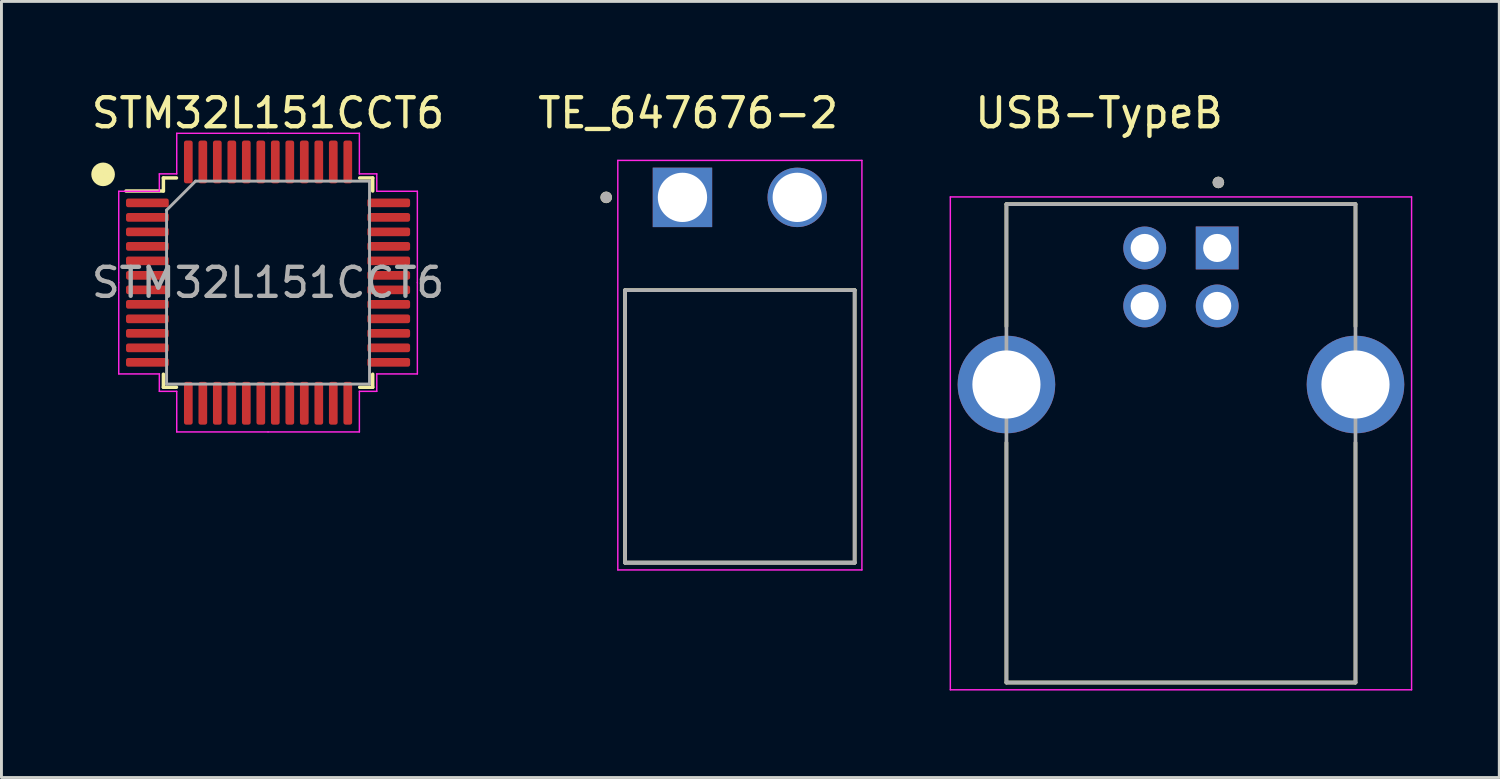
<source format=kicad_pcb>
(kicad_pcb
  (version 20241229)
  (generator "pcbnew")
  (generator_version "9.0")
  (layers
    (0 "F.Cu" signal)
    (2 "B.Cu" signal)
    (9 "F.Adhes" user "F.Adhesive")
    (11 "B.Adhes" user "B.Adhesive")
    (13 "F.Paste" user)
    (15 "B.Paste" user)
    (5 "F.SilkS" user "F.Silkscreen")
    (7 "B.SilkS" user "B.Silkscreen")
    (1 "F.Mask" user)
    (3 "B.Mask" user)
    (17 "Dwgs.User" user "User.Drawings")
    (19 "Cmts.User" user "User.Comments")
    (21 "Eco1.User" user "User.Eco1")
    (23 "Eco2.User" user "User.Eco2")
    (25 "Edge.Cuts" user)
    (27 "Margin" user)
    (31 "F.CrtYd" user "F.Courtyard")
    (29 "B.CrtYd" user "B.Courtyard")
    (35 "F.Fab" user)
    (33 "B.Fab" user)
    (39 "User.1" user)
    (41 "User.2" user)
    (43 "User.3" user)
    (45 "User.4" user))
  (footprint "TE_647676-2"
    (layer "F.Cu")
    (at 20.49 3.758)
    (property "Reference" "TE_647676-2" (at 0.195 -2.91 0) (layer "F.SilkS") (effects (font (size 1 1) (thickness 0.15))))
    (attr through_hole)
    (fp_line (start -1.98 12.6) (end -1.98 3.2) (stroke (width 0.127) (type solid)) (layer "F.SilkS"))
    (fp_line (start 5.94 3.2) (end -1.98 3.2) (stroke (width 0.127) (type solid)) (layer "F.SilkS"))
    (fp_line (start 5.94 3.2) (end 5.94 12.6) (stroke (width 0.127) (type solid)) (layer "F.SilkS"))
    (fp_line (start 5.94 12.6) (end -1.98 12.6) (stroke (width 0.127) (type solid)) (layer "F.SilkS"))
    (fp_circle (center -2.63 0) (end -2.53 0) (stroke (width 0.2) (type solid)) (fill no) (layer "F.SilkS"))
    (fp_line (start -2.23 -1.275) (end 6.19 -1.275) (stroke (width 0.05) (type solid)) (layer "F.CrtYd"))
    (fp_line (start -2.23 12.85) (end -2.23 -1.275) (stroke (width 0.05) (type solid)) (layer "F.CrtYd"))
    (fp_line (start 6.19 -1.275) (end 6.19 12.85) (stroke (width 0.05) (type solid)) (layer "F.CrtYd"))
    (fp_line (start 6.19 12.85) (end -2.23 12.85) (stroke (width 0.05) (type solid)) (layer "F.CrtYd"))
    (fp_line (start -1.98 3.2) (end 5.94 3.2) (stroke (width 0.127) (type solid)) (layer "F.Fab"))
    (fp_line (start -1.98 12.6) (end -1.98 3.2) (stroke (width 0.127) (type solid)) (layer "F.Fab"))
    (fp_line (start -1.98 12.6) (end -1.98 12.6) (stroke (width 0.127) (type solid)) (layer "F.Fab"))
    (fp_line (start -1.98 12.6) (end 5.94 12.6) (stroke (width 0.127) (type solid)) (layer "F.Fab"))
    (fp_line (start 5.94 3.2) (end 5.94 12.6) (stroke (width 0.127) (type solid)) (layer "F.Fab"))
    (fp_line (start 5.94 12.6) (end -1.98 12.6) (stroke (width 0.127) (type solid)) (layer "F.Fab"))
    (fp_line (start 5.94 12.6) (end 5.94 12.6) (stroke (width 0.127) (type solid)) (layer "F.Fab"))
    (fp_circle (center -2.63 0) (end -2.53 0) (stroke (width 0.2) (type solid)) (fill no) (layer "F.Fab"))
    (pad "1" thru_hole rect (at 0 0) (size 2.05 2.05) (drill 1.7) (layers "*.Cu" "*.Mask"))
    (pad "2" thru_hole circle (at 3.96 0) (size 2.05 2.05) (drill 1.7) (layers "*.Cu" "*.Mask")))
  (footprint "STM32L151CCT6"
    (layer "F.Cu")
    (at 6.196 6.698)
    (property "Reference" "STM32L151CCT6" (at 0 -5.85 0) (layer "F.SilkS") (effects (font (size 1 1) (thickness 0.15))))
    (attr smd)
    (fp_line (start -3.61 -3.61) (end -3.61 -3.16) (stroke (width 0.12) (type solid)) (layer "F.SilkS"))
    (fp_line (start -3.61 -3.16) (end -4.9 -3.16) (stroke (width 0.12) (type solid)) (layer "F.SilkS"))
    (fp_line (start -3.61 3.61) (end -3.61 3.16) (stroke (width 0.12) (type solid)) (layer "F.SilkS"))
    (fp_line (start -3.16 -3.61) (end -3.61 -3.61) (stroke (width 0.12) (type solid)) (layer "F.SilkS"))
    (fp_line (start -3.16 3.61) (end -3.61 3.61) (stroke (width 0.12) (type solid)) (layer "F.SilkS"))
    (fp_line (start 3.16 -3.61) (end 3.61 -3.61) (stroke (width 0.12) (type solid)) (layer "F.SilkS"))
    (fp_line (start 3.16 3.61) (end 3.61 3.61) (stroke (width 0.12) (type solid)) (layer "F.SilkS"))
    (fp_line (start 3.61 -3.61) (end 3.61 -3.16) (stroke (width 0.12) (type solid)) (layer "F.SilkS"))
    (fp_line (start 3.61 3.61) (end 3.61 3.16) (stroke (width 0.12) (type solid)) (layer "F.SilkS"))
    (fp_circle (center -5.69 -3.734) (end -5.486 -3.734) (stroke (width 0.406) (type solid)) (fill no) (layer "F.SilkS"))
    (fp_line (start -5.15 -3.15) (end -5.15 0) (stroke (width 0.05) (type solid)) (layer "F.CrtYd"))
    (fp_line (start -5.15 3.15) (end -5.15 0) (stroke (width 0.05) (type solid)) (layer "F.CrtYd"))
    (fp_line (start -3.75 -3.75) (end -3.75 -3.15) (stroke (width 0.05) (type solid)) (layer "F.CrtYd"))
    (fp_line (start -3.75 -3.15) (end -5.15 -3.15) (stroke (width 0.05) (type solid)) (layer "F.CrtYd"))
    (fp_line (start -3.75 3.15) (end -5.15 3.15) (stroke (width 0.05) (type solid)) (layer "F.CrtYd"))
    (fp_line (start -3.75 3.75) (end -3.75 3.15) (stroke (width 0.05) (type solid)) (layer "F.CrtYd"))
    (fp_line (start -3.15 -5.15) (end -3.15 -3.75) (stroke (width 0.05) (type solid)) (layer "F.CrtYd"))
    (fp_line (start -3.15 -3.75) (end -3.75 -3.75) (stroke (width 0.05) (type solid)) (layer "F.CrtYd"))
    (fp_line (start -3.15 3.75) (end -3.75 3.75) (stroke (width 0.05) (type solid)) (layer "F.CrtYd"))
    (fp_line (start -3.15 5.15) (end -3.15 3.75) (stroke (width 0.05) (type solid)) (layer "F.CrtYd"))
    (fp_line (start 0 -5.15) (end -3.15 -5.15) (stroke (width 0.05) (type solid)) (layer "F.CrtYd"))
    (fp_line (start 0 -5.15) (end 3.15 -5.15) (stroke (width 0.05) (type solid)) (layer "F.CrtYd"))
    (fp_line (start 0 5.15) (end -3.15 5.15) (stroke (width 0.05) (type solid)) (layer "F.CrtYd"))
    (fp_line (start 0 5.15) (end 3.15 5.15) (stroke (width 0.05) (type solid)) (layer "F.CrtYd"))
    (fp_line (start 3.15 -5.15) (end 3.15 -3.75) (stroke (width 0.05) (type solid)) (layer "F.CrtYd"))
    (fp_line (start 3.15 -3.75) (end 3.75 -3.75) (stroke (width 0.05) (type solid)) (layer "F.CrtYd"))
    (fp_line (start 3.15 3.75) (end 3.75 3.75) (stroke (width 0.05) (type solid)) (layer "F.CrtYd"))
    (fp_line (start 3.15 5.15) (end 3.15 3.75) (stroke (width 0.05) (type solid)) (layer "F.CrtYd"))
    (fp_line (start 3.75 -3.75) (end 3.75 -3.15) (stroke (width 0.05) (type solid)) (layer "F.CrtYd"))
    (fp_line (start 3.75 -3.15) (end 5.15 -3.15) (stroke (width 0.05) (type solid)) (layer "F.CrtYd"))
    (fp_line (start 3.75 3.15) (end 5.15 3.15) (stroke (width 0.05) (type solid)) (layer "F.CrtYd"))
    (fp_line (start 3.75 3.75) (end 3.75 3.15) (stroke (width 0.05) (type solid)) (layer "F.CrtYd"))
    (fp_line (start 5.15 -3.15) (end 5.15 0) (stroke (width 0.05) (type solid)) (layer "F.CrtYd"))
    (fp_line (start 5.15 3.15) (end 5.15 0) (stroke (width 0.05) (type solid)) (layer "F.CrtYd"))
    (fp_line (start -3.5 -2.5) (end -2.5 -3.5) (stroke (width 0.1) (type solid)) (layer "F.Fab"))
    (fp_line (start -3.5 3.5) (end -3.5 -2.5) (stroke (width 0.1) (type solid)) (layer "F.Fab"))
    (fp_line (start -2.5 -3.5) (end 3.5 -3.5) (stroke (width 0.1) (type solid)) (layer "F.Fab"))
    (fp_line (start 3.5 -3.5) (end 3.5 3.5) (stroke (width 0.1) (type solid)) (layer "F.Fab"))
    (fp_line (start 3.5 3.5) (end -3.5 3.5) (stroke (width 0.1) (type solid)) (layer "F.Fab"))
    (fp_text user "${REFERENCE}" (at 0 0 0) (layer "F.Fab") (effects (font (size 1 1) (thickness 0.15))))
    (pad "1" smd roundrect (at -4.162 -2.75) (size 1.475 0.3) (layers "F.Cu" "F.Mask" "F.Paste") (roundrect_rratio 0.25))
    (pad "2" smd roundrect (at -4.162 -2.25) (size 1.475 0.3) (layers "F.Cu" "F.Mask" "F.Paste") (roundrect_rratio 0.25))
    (pad "3" smd roundrect (at -4.162 -1.75) (size 1.475 0.3) (layers "F.Cu" "F.Mask" "F.Paste") (roundrect_rratio 0.25))
    (pad "4" smd roundrect (at -4.162 -1.25) (size 1.475 0.3) (layers "F.Cu" "F.Mask" "F.Paste") (roundrect_rratio 0.25))
    (pad "5" smd roundrect (at -4.162 -0.75) (size 1.475 0.3) (layers "F.Cu" "F.Mask" "F.Paste") (roundrect_rratio 0.25))
    (pad "6" smd roundrect (at -4.162 -0.25) (size 1.475 0.3) (layers "F.Cu" "F.Mask" "F.Paste") (roundrect_rratio 0.25))
    (pad "7" smd roundrect (at -4.162 0.25) (size 1.475 0.3) (layers "F.Cu" "F.Mask" "F.Paste") (roundrect_rratio 0.25))
    (pad "8" smd roundrect (at -4.162 0.75) (size 1.475 0.3) (layers "F.Cu" "F.Mask" "F.Paste") (roundrect_rratio 0.25))
    (pad "9" smd roundrect (at -4.162 1.25) (size 1.475 0.3) (layers "F.Cu" "F.Mask" "F.Paste") (roundrect_rratio 0.25))
    (pad "10" smd roundrect (at -4.162 1.75) (size 1.475 0.3) (layers "F.Cu" "F.Mask" "F.Paste") (roundrect_rratio 0.25))
    (pad "11" smd roundrect (at -4.162 2.25) (size 1.475 0.3) (layers "F.Cu" "F.Mask" "F.Paste") (roundrect_rratio 0.25))
    (pad "12" smd roundrect (at -4.162 2.75) (size 1.475 0.3) (layers "F.Cu" "F.Mask" "F.Paste") (roundrect_rratio 0.25))
    (pad "13" smd roundrect (at -2.75 4.162) (size 0.3 1.475) (layers "F.Cu" "F.Mask" "F.Paste") (roundrect_rratio 0.25))
    (pad "14" smd roundrect (at -2.25 4.162) (size 0.3 1.475) (layers "F.Cu" "F.Mask" "F.Paste") (roundrect_rratio 0.25))
    (pad "15" smd roundrect (at -1.75 4.162) (size 0.3 1.475) (layers "F.Cu" "F.Mask" "F.Paste") (roundrect_rratio 0.25))
    (pad "16" smd roundrect (at -1.25 4.162) (size 0.3 1.475) (layers "F.Cu" "F.Mask" "F.Paste") (roundrect_rratio 0.25))
    (pad "17" smd roundrect (at -0.75 4.162) (size 0.3 1.475) (layers "F.Cu" "F.Mask" "F.Paste") (roundrect_rratio 0.25))
    (pad "18" smd roundrect (at -0.25 4.162) (size 0.3 1.475) (layers "F.Cu" "F.Mask" "F.Paste") (roundrect_rratio 0.25))
    (pad "19" smd roundrect (at 0.25 4.162) (size 0.3 1.475) (layers "F.Cu" "F.Mask" "F.Paste") (roundrect_rratio 0.25))
    (pad "20" smd roundrect (at 0.75 4.162) (size 0.3 1.475) (layers "F.Cu" "F.Mask" "F.Paste") (roundrect_rratio 0.25))
    (pad "21" smd roundrect (at 1.25 4.162) (size 0.3 1.475) (layers "F.Cu" "F.Mask" "F.Paste") (roundrect_rratio 0.25))
    (pad "22" smd roundrect (at 1.75 4.162) (size 0.3 1.475) (layers "F.Cu" "F.Mask" "F.Paste") (roundrect_rratio 0.25))
    (pad "23" smd roundrect (at 2.25 4.162) (size 0.3 1.475) (layers "F.Cu" "F.Mask" "F.Paste") (roundrect_rratio 0.25))
    (pad "24" smd roundrect (at 2.75 4.162) (size 0.3 1.475) (layers "F.Cu" "F.Mask" "F.Paste") (roundrect_rratio 0.25))
    (pad "25" smd roundrect (at 4.162 2.75) (size 1.475 0.3) (layers "F.Cu" "F.Mask" "F.Paste") (roundrect_rratio 0.25))
    (pad "26" smd roundrect (at 4.162 2.25) (size 1.475 0.3) (layers "F.Cu" "F.Mask" "F.Paste") (roundrect_rratio 0.25))
    (pad "27" smd roundrect (at 4.162 1.75) (size 1.475 0.3) (layers "F.Cu" "F.Mask" "F.Paste") (roundrect_rratio 0.25))
    (pad "28" smd roundrect (at 4.162 1.25) (size 1.475 0.3) (layers "F.Cu" "F.Mask" "F.Paste") (roundrect_rratio 0.25))
    (pad "29" smd roundrect (at 4.162 0.75) (size 1.475 0.3) (layers "F.Cu" "F.Mask" "F.Paste") (roundrect_rratio 0.25))
    (pad "30" smd roundrect (at 4.162 0.25) (size 1.475 0.3) (layers "F.Cu" "F.Mask" "F.Paste") (roundrect_rratio 0.25))
    (pad "31" smd roundrect (at 4.162 -0.25) (size 1.475 0.3) (layers "F.Cu" "F.Mask" "F.Paste") (roundrect_rratio 0.25))
    (pad "32" smd roundrect (at 4.162 -0.75) (size 1.475 0.3) (layers "F.Cu" "F.Mask" "F.Paste") (roundrect_rratio 0.25))
    (pad "33" smd roundrect (at 4.162 -1.25) (size 1.475 0.3) (layers "F.Cu" "F.Mask" "F.Paste") (roundrect_rratio 0.25))
    (pad "34" smd roundrect (at 4.162 -1.75) (size 1.475 0.3) (layers "F.Cu" "F.Mask" "F.Paste") (roundrect_rratio 0.25))
    (pad "35" smd roundrect (at 4.162 -2.25) (size 1.475 0.3) (layers "F.Cu" "F.Mask" "F.Paste") (roundrect_rratio 0.25))
    (pad "36" smd roundrect (at 4.162 -2.75) (size 1.475 0.3) (layers "F.Cu" "F.Mask" "F.Paste") (roundrect_rratio 0.25))
    (pad "37" smd roundrect (at 2.75 -4.162) (size 0.3 1.475) (layers "F.Cu" "F.Mask" "F.Paste") (roundrect_rratio 0.25))
    (pad "38" smd roundrect (at 2.25 -4.162) (size 0.3 1.475) (layers "F.Cu" "F.Mask" "F.Paste") (roundrect_rratio 0.25))
    (pad "39" smd roundrect (at 1.75 -4.162) (size 0.3 1.475) (layers "F.Cu" "F.Mask" "F.Paste") (roundrect_rratio 0.25))
    (pad "40" smd roundrect (at 1.25 -4.162) (size 0.3 1.475) (layers "F.Cu" "F.Mask" "F.Paste") (roundrect_rratio 0.25))
    (pad "41" smd roundrect (at 0.75 -4.162) (size 0.3 1.475) (layers "F.Cu" "F.Mask" "F.Paste") (roundrect_rratio 0.25))
    (pad "42" smd roundrect (at 0.25 -4.162) (size 0.3 1.475) (layers "F.Cu" "F.Mask" "F.Paste") (roundrect_rratio 0.25))
    (pad "43" smd roundrect (at -0.25 -4.162) (size 0.3 1.475) (layers "F.Cu" "F.Mask" "F.Paste") (roundrect_rratio 0.25))
    (pad "44" smd roundrect (at -0.75 -4.162) (size 0.3 1.475) (layers "F.Cu" "F.Mask" "F.Paste") (roundrect_rratio 0.25))
    (pad "45" smd roundrect (at -1.25 -4.162) (size 0.3 1.475) (layers "F.Cu" "F.Mask" "F.Paste") (roundrect_rratio 0.25))
    (pad "46" smd roundrect (at -1.75 -4.162) (size 0.3 1.475) (layers "F.Cu" "F.Mask" "F.Paste") (roundrect_rratio 0.25))
    (pad "47" smd roundrect (at -2.25 -4.162) (size 0.3 1.475) (layers "F.Cu" "F.Mask" "F.Paste") (roundrect_rratio 0.25))
    (pad "48" smd roundrect (at -2.75 -4.162) (size 0.3 1.475) (layers "F.Cu" "F.Mask" "F.Paste") (roundrect_rratio 0.25)))
  (footprint "USB-TypeB"
    (layer "F.Cu")
    (at 37.685 7.503)
    (property "Reference" "USB-TypeB" (at -2.825 -6.655 0) (layer "F.SilkS") (effects (font (size 1 1) (thickness 0.15))))
    (attr through_hole)
    (fp_line (start -6.02 -3.51) (end -6.02 0.705) (stroke (width 0.127) (type solid)) (layer "F.SilkS"))
    (fp_line (start -6.02 4.715) (end -6.02 12.99) (stroke (width 0.127) (type solid)) (layer "F.SilkS"))
    (fp_line (start -6.02 12.99) (end 6.02 12.99) (stroke (width 0.127) (type solid)) (layer "F.SilkS"))
    (fp_line (start 6.02 -3.51) (end -6.02 -3.51) (stroke (width 0.127) (type solid)) (layer "F.SilkS"))
    (fp_line (start 6.02 0.705) (end 6.02 -3.51) (stroke (width 0.127) (type solid)) (layer "F.SilkS"))
    (fp_line (start 6.02 12.99) (end 6.02 4.715) (stroke (width 0.127) (type solid)) (layer "F.SilkS"))
    (fp_circle (center 1.29 -4.26) (end 1.39 -4.26) (stroke (width 0.2) (type solid)) (fill no) (layer "F.SilkS"))
    (fp_line (start -7.955 -3.76) (end -7.955 13.24) (stroke (width 0.05) (type solid)) (layer "F.CrtYd"))
    (fp_line (start -7.955 13.24) (end 7.955 13.24) (stroke (width 0.05) (type solid)) (layer "F.CrtYd"))
    (fp_line (start 7.955 -3.76) (end -7.955 -3.76) (stroke (width 0.05) (type solid)) (layer "F.CrtYd"))
    (fp_line (start 7.955 13.24) (end 7.955 -3.76) (stroke (width 0.05) (type solid)) (layer "F.CrtYd"))
    (fp_line (start -6.02 -3.51) (end -6.02 12.99) (stroke (width 0.127) (type solid)) (layer "F.Fab"))
    (fp_line (start -6.02 12.99) (end 6.02 12.99) (stroke (width 0.127) (type solid)) (layer "F.Fab"))
    (fp_line (start 6.02 -3.51) (end -6.02 -3.51) (stroke (width 0.127) (type solid)) (layer "F.Fab"))
    (fp_line (start 6.02 12.99) (end 6.02 -3.51) (stroke (width 0.127) (type solid)) (layer "F.Fab"))
    (fp_circle (center 1.29 -4.26) (end 1.39 -4.26) (stroke (width 0.2) (type solid)) (fill no) (layer "F.Fab"))
    (pad "1" thru_hole rect (at 1.25 -2) (size 1.478 1.478) (drill 0.97) (layers "*.Cu" "*.Mask"))
    (pad "2" thru_hole circle (at -1.25 -2) (size 1.478 1.478) (drill 0.97) (layers "*.Cu" "*.Mask"))
    (pad "3" thru_hole circle (at -1.25 0) (size 1.478 1.478) (drill 0.97) (layers "*.Cu" "*.Mask"))
    (pad "4" thru_hole circle (at 1.25 0) (size 1.478 1.478) (drill 0.97) (layers "*.Cu" "*.Mask"))
    (pad "S1" thru_hole circle (at -6.02 2.71) (size 3.366 3.366) (drill 2.35) (layers "*.Cu" "*.Mask"))
    (pad "S2" thru_hole circle (at 6.02 2.71) (size 3.366 3.366) (drill 2.35) (layers "*.Cu" "*.Mask")))
  (gr_rect
    (start -3 -3)
    (end 48.665 23.768)
    (stroke (width 0.1) (type default))
    (fill no)
    (layer "Edge.Cuts")))
</source>
